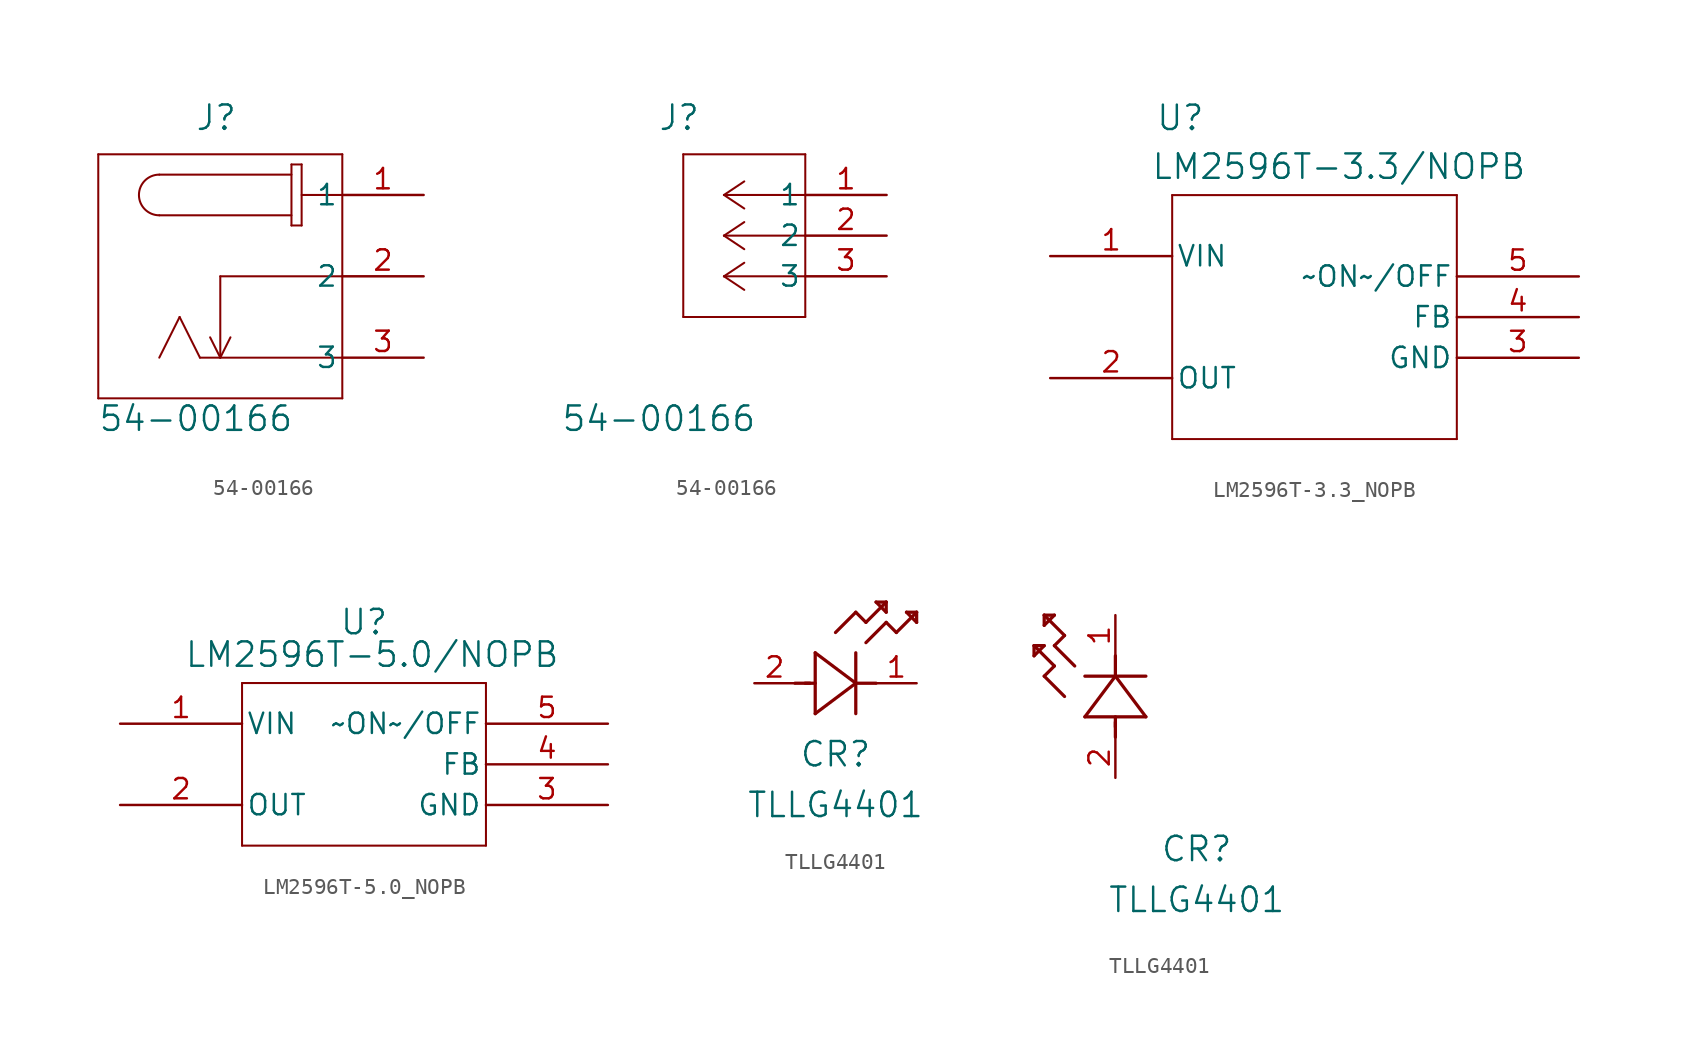
<source format=kicad_sym>
(kicad_symbol_lib
  (version 20241209)
  (generator "kicad_symbol_editor")
  (generator_version "9.0")
  (symbol "54-00166"
    (pin_names
      (offset 0.254))
    (property "Reference" "J"
      (at -12.954 4.826 0)
      (effects (font (size 1.524 1.524))))
    (property "Value" "54-00166"
      (at -14.224 -13.97 0)
      (effects (font (size 1.524 1.524))))
    (property "ki_locked" ""
      (at 0 0 0)
      (effects (font (size 1.27 1.27))))
    (symbol "54-00166_1_1"
      (polyline (pts (xy -20.32 2.54) (xy -20.32 -12.7)) (stroke (width 0.127) (type default)) (fill (type none)))
      (polyline (pts (xy -20.32 -12.7) (xy -5.08 -12.7)) (stroke (width 0.127) (type default)) (fill (type none)))
      (arc (start -16.51 -1.27) (mid -17.7744 0) (end -16.51 1.27) (stroke (width 0.127) (type default)) (fill (type none)))
      (polyline (pts (xy -15.24 -7.62) (xy -16.51 -10.16)) (stroke (width 0.127) (type default)) (fill (type none)))
      (polyline (pts (xy -13.97 -10.16) (xy -15.24 -7.62)) (stroke (width 0.127) (type default)) (fill (type none)))
      (polyline (pts (xy -12.7 -5.08) (xy -12.7 -10.16)) (stroke (width 0.127) (type default)) (fill (type none)))
      (polyline (pts (xy -12.7 -10.16) (xy -13.335 -8.89)) (stroke (width 0.127) (type default)) (fill (type none)))
      (polyline (pts (xy -12.7 -10.16) (xy -12.065 -8.89)) (stroke (width 0.127) (type default)) (fill (type none)))
      (polyline (pts (xy -8.255 1.905) (xy -8.255 -1.905)) (stroke (width 0.127) (type default)) (fill (type none)))
      (polyline (pts (xy -8.255 1.905) (xy -7.62 1.905)) (stroke (width 0.127) (type default)) (fill (type none)))
      (polyline (pts (xy -8.255 1.27) (xy -16.51 1.27)) (stroke (width 0.127) (type default)) (fill (type none)))
      (polyline (pts (xy -8.255 -1.27) (xy -16.51 -1.27)) (stroke (width 0.127) (type default)) (fill (type none)))
      (polyline (pts (xy -8.255 -1.905) (xy -7.62 -1.905)) (stroke (width 0.127) (type default)) (fill (type none)))
      (polyline (pts (xy -7.62 -1.905) (xy -7.62 1.905)) (stroke (width 0.127) (type default)) (fill (type none)))
      (polyline (pts (xy -5.08 2.54) (xy -20.32 2.54)) (stroke (width 0.127) (type default)) (fill (type none)))
      (polyline (pts (xy -5.08 0) (xy -7.62 0)) (stroke (width 0.127) (type default)) (fill (type none)))
      (polyline (pts (xy -5.08 -5.08) (xy -12.7 -5.08)) (stroke (width 0.127) (type default)) (fill (type none)))
      (polyline (pts (xy -5.08 -10.16) (xy -13.97 -10.16)) (stroke (width 0.127) (type default)) (fill (type none)))
      (polyline (pts (xy -5.08 -12.7) (xy -5.08 2.54)) (stroke (width 0.127) (type default)) (fill (type none)))
      (pin unspecified line (at 0 0 180) (length 5.08) (name "1" (effects (font (size 1.27 1.27)))) (number "1" (effects (font (size 1.27 1.27)))))
      (pin unspecified line (at 0 -5.08 180) (length 5.08) (name "2" (effects (font (size 1.27 1.27)))) (number "2" (effects (font (size 1.27 1.27)))))
      (pin unspecified line (at 0 -10.16 180) (length 5.08) (name "3" (effects (font (size 1.27 1.27)))) (number "3" (effects (font (size 1.27 1.27))))))
    (symbol "54-00166_1_2"
      (polyline (pts (xy -12.7 2.54) (xy -12.7 -7.62)) (stroke (width 0.127) (type default)) (fill (type none)))
      (polyline (pts (xy -12.7 -7.62) (xy -5.08 -7.62)) (stroke (width 0.127) (type default)) (fill (type none)))
      (polyline (pts (xy -10.16 0) (xy -8.89 0.847)) (stroke (width 0.127) (type default)) (fill (type none)))
      (polyline (pts (xy -10.16 0) (xy -8.89 -0.847)) (stroke (width 0.127) (type default)) (fill (type none)))
      (polyline (pts (xy -10.16 0) (xy -5.08 0)) (stroke (width 0.127) (type default)) (fill (type none)))
      (polyline (pts (xy -10.16 -2.54) (xy -8.89 -1.693)) (stroke (width 0.127) (type default)) (fill (type none)))
      (polyline (pts (xy -10.16 -2.54) (xy -8.89 -3.387)) (stroke (width 0.127) (type default)) (fill (type none)))
      (polyline (pts (xy -10.16 -2.54) (xy -5.08 -2.54)) (stroke (width 0.127) (type default)) (fill (type none)))
      (polyline (pts (xy -10.16 -5.08) (xy -8.89 -4.233)) (stroke (width 0.127) (type default)) (fill (type none)))
      (polyline (pts (xy -10.16 -5.08) (xy -8.89 -5.927)) (stroke (width 0.127) (type default)) (fill (type none)))
      (polyline (pts (xy -10.16 -5.08) (xy -5.08 -5.08)) (stroke (width 0.127) (type default)) (fill (type none)))
      (polyline (pts (xy -5.08 2.54) (xy -12.7 2.54)) (stroke (width 0.127) (type default)) (fill (type none)))
      (polyline (pts (xy -5.08 -7.62) (xy -5.08 2.54)) (stroke (width 0.127) (type default)) (fill (type none)))
      (pin unspecified line (at 0 0 180) (length 5.08) (name "1" (effects (font (size 1.27 1.27)))) (number "1" (effects (font (size 1.27 1.27)))))
      (pin unspecified line (at 0 -2.54 180) (length 5.08) (name "2" (effects (font (size 1.27 1.27)))) (number "2" (effects (font (size 1.27 1.27)))))
      (pin unspecified line (at 0 -5.08 180) (length 5.08) (name "3" (effects (font (size 1.27 1.27)))) (number "3" (effects (font (size 1.27 1.27)))))))
  (symbol "LM2596T-3.3_NOPB"
    (pin_names
      (offset 0.254))
    (property "Reference" "U"
      (at -8.382 12.446 0)
      (effects (font (size 1.524 1.524))))
    (property "Value" "LM2596T-3.3/NOPB"
      (at 1.524 9.398 0)
      (effects (font (size 1.524 1.524))))
    (property "ki_locked" ""
      (at 0 0 0)
      (effects (font (size 1.27 1.27))))
    (symbol "LM2596T-3.3_NOPB_0_1"
      (polyline (pts (xy -8.89 7.62) (xy -8.89 -7.62)) (stroke (width 0.127) (type default)) (fill (type none)))
      (polyline (pts (xy -8.89 -7.62) (xy 8.89 -7.62)) (stroke (width 0.127) (type default)) (fill (type none)))
      (polyline (pts (xy 8.89 7.62) (xy -8.89 7.62)) (stroke (width 0.127) (type default)) (fill (type none)))
      (polyline (pts (xy 8.89 -7.62) (xy 8.89 7.62)) (stroke (width 0.127) (type default)) (fill (type none)))
      (pin output line (at -16.51 3.81 0) (length 7.62) (name "VIN" (effects (font (size 1.27 1.27)))) (number "1" (effects (font (size 1.27 1.27)))))
      (pin input line (at -16.51 -3.81 0) (length 7.62) (name "OUT" (effects (font (size 1.27 1.27)))) (number "2" (effects (font (size 1.27 1.27)))))
      (pin passive line (at 16.51 2.54 180) (length 7.62) (name "~ON~/OFF" (effects (font (size 1.27 1.27)))) (number "5" (effects (font (size 1.27 1.27)))))
      (pin passive line (at 16.51 0 180) (length 7.62) (name "FB" (effects (font (size 1.27 1.27)))) (number "4" (effects (font (size 1.27 1.27)))))
      (pin passive line (at 16.51 -2.54 180) (length 7.62) (name "GND" (effects (font (size 1.27 1.27)))) (number "3" (effects (font (size 1.27 1.27)))))))
  (symbol "LM2596T-5.0_NOPB"
    (pin_names
      (offset 0.254))
    (property "Reference" "U"
      (at 43.18 6.35 0)
      (effects (font (size 1.524 1.524))))
    (property "Value" "LM2596T-5.0/NOPB"
      (at 43.688 4.318 0)
      (effects (font (size 1.524 1.524))))
    (property "ki_locked" ""
      (at 0 0 0)
      (effects (font (size 1.27 1.27))))
    (symbol "LM2596T-5.0_NOPB_0_1"
      (polyline (pts (xy 35.56 2.54) (xy 35.56 -7.62)) (stroke (width 0.127) (type default)) (fill (type none)))
      (polyline (pts (xy 35.56 -7.62) (xy 50.8 -7.62)) (stroke (width 0.127) (type default)) (fill (type none)))
      (polyline (pts (xy 50.8 2.54) (xy 35.56 2.54)) (stroke (width 0.127) (type default)) (fill (type none)))
      (polyline (pts (xy 50.8 -7.62) (xy 50.8 2.54)) (stroke (width 0.127) (type default)) (fill (type none)))
      (pin output line (at 27.94 0 0) (length 7.62) (name "VIN" (effects (font (size 1.27 1.27)))) (number "1" (effects (font (size 1.27 1.27)))))
      (pin input line (at 27.94 -5.08 0) (length 7.62) (name "OUT" (effects (font (size 1.27 1.27)))) (number "2" (effects (font (size 1.27 1.27)))))
      (pin passive line (at 58.42 0 180) (length 7.62) (name "~ON~/OFF" (effects (font (size 1.27 1.27)))) (number "5" (effects (font (size 1.27 1.27)))))
      (pin passive line (at 58.42 -2.54 180) (length 7.62) (name "FB" (effects (font (size 1.27 1.27)))) (number "4" (effects (font (size 1.27 1.27)))))
      (pin passive line (at 58.42 -5.08 180) (length 7.62) (name "GND" (effects (font (size 1.27 1.27)))) (number "3" (effects (font (size 1.27 1.27)))))))
  (symbol "TLLG4401"
    (pin_names
      (offset 0.254))
    (property "Reference" "CR"
      (at 5.08 -4.445 0)
      (effects (font (size 1.524 1.524))))
    (property "Value" "TLLG4401"
      (at 5.08 -7.62 0)
      (effects (font (size 1.524 1.524))))
    (property "ki_locked" ""
      (at 0 0 0)
      (effects (font (size 1.27 1.27))))
    (symbol "TLLG4401_1_1"
      (polyline (pts (xy 2.54 0) (xy 3.48 0)) (stroke (width 0.203) (type default)) (fill (type none)))
      (polyline (pts (xy 3.175 0) (xy 3.81 0)) (stroke (width 0.203) (type default)) (fill (type none)))
      (polyline (pts (xy 3.81 1.905) (xy 3.81 -1.905)) (stroke (width 0.203) (type default)) (fill (type none)))
      (polyline (pts (xy 3.81 -1.905) (xy 6.35 0)) (stroke (width 0.203) (type default)) (fill (type none)))
      (polyline (pts (xy 5.08 3.175) (xy 6.35 4.445)) (stroke (width 0.203) (type default)) (fill (type none)))
      (polyline (pts (xy 6.35 4.445) (xy 6.985 3.81)) (stroke (width 0.203) (type default)) (fill (type none)))
      (polyline (pts (xy 6.35 0) (xy 3.81 1.905)) (stroke (width 0.203) (type default)) (fill (type none)))
      (polyline (pts (xy 6.35 0) (xy 7.62 0)) (stroke (width 0.203) (type default)) (fill (type none)))
      (polyline (pts (xy 6.35 -1.905) (xy 6.35 1.905)) (stroke (width 0.203) (type default)) (fill (type none)))
      (polyline (pts (xy 6.985 3.81) (xy 8.255 5.08)) (stroke (width 0.203) (type default)) (fill (type none)))
      (polyline (pts (xy 6.985 2.54) (xy 8.255 3.81)) (stroke (width 0.203) (type default)) (fill (type none)))
      (polyline (pts (xy 7.62 5.08) (xy 8.255 4.445)) (stroke (width 0.203) (type default)) (fill (type none)))
      (polyline (pts (xy 8.255 5.08) (xy 7.62 5.08)) (stroke (width 0.203) (type default)) (fill (type none)))
      (polyline (pts (xy 8.255 4.445) (xy 8.255 5.08)) (stroke (width 0.203) (type default)) (fill (type none)))
      (polyline (pts (xy 8.255 3.81) (xy 8.89 3.175)) (stroke (width 0.203) (type default)) (fill (type none)))
      (polyline (pts (xy 8.89 3.175) (xy 10.16 4.445)) (stroke (width 0.203) (type default)) (fill (type none)))
      (polyline (pts (xy 9.525 4.445) (xy 10.16 3.81)) (stroke (width 0.203) (type default)) (fill (type none)))
      (polyline (pts (xy 10.16 4.445) (xy 9.525 4.445)) (stroke (width 0.203) (type default)) (fill (type none)))
      (polyline (pts (xy 10.16 3.81) (xy 10.16 4.445)) (stroke (width 0.203) (type default)) (fill (type none)))
      (pin unspecified line (at 0 0 0) (length 2.54) (name "" (effects (font (size 1.27 1.27)))) (number "2" (effects (font (size 1.27 1.27)))))
      (pin unspecified line (at 10.16 0 180) (length 2.54) (name "" (effects (font (size 1.27 1.27)))) (number "1" (effects (font (size 1.27 1.27))))))
    (symbol "TLLG4401_1_2"
      (polyline (pts (xy -5.08 8.255) (xy -5.08 7.62)) (stroke (width 0.203) (type default)) (fill (type none)))
      (polyline (pts (xy -5.08 7.62) (xy -4.445 8.255)) (stroke (width 0.203) (type default)) (fill (type none)))
      (polyline (pts (xy -4.445 10.16) (xy -4.445 9.525)) (stroke (width 0.203) (type default)) (fill (type none)))
      (polyline (pts (xy -4.445 9.525) (xy -3.81 10.16)) (stroke (width 0.203) (type default)) (fill (type none)))
      (polyline (pts (xy -4.445 8.255) (xy -5.08 8.255)) (stroke (width 0.203) (type default)) (fill (type none)))
      (polyline (pts (xy -4.445 6.35) (xy -3.81 6.985)) (stroke (width 0.203) (type default)) (fill (type none)))
      (polyline (pts (xy -3.81 10.16) (xy -4.445 10.16)) (stroke (width 0.203) (type default)) (fill (type none)))
      (polyline (pts (xy -3.81 8.255) (xy -3.175 8.89)) (stroke (width 0.203) (type default)) (fill (type none)))
      (polyline (pts (xy -3.81 6.985) (xy -5.08 8.255)) (stroke (width 0.203) (type default)) (fill (type none)))
      (polyline (pts (xy -3.175 8.89) (xy -4.445 10.16)) (stroke (width 0.203) (type default)) (fill (type none)))
      (polyline (pts (xy -3.175 5.08) (xy -4.445 6.35)) (stroke (width 0.203) (type default)) (fill (type none)))
      (polyline (pts (xy -2.54 6.985) (xy -3.81 8.255)) (stroke (width 0.203) (type default)) (fill (type none)))
      (polyline (pts (xy -1.905 3.81) (xy 1.905 3.81)) (stroke (width 0.203) (type default)) (fill (type none)))
      (polyline (pts (xy 0 6.35) (xy -1.905 3.81)) (stroke (width 0.203) (type default)) (fill (type none)))
      (polyline (pts (xy 0 6.35) (xy 0 7.62)) (stroke (width 0.203) (type default)) (fill (type none)))
      (polyline (pts (xy 0 3.175) (xy 0 3.81)) (stroke (width 0.203) (type default)) (fill (type none)))
      (polyline (pts (xy 0 2.54) (xy 0 3.48)) (stroke (width 0.203) (type default)) (fill (type none)))
      (polyline (pts (xy 1.905 6.35) (xy -1.905 6.35)) (stroke (width 0.203) (type default)) (fill (type none)))
      (polyline (pts (xy 1.905 3.81) (xy 0 6.35)) (stroke (width 0.203) (type default)) (fill (type none)))
      (pin unspecified line (at 0 10.16 270) (length 2.54) (name "" (effects (font (size 1.27 1.27)))) (number "1" (effects (font (size 1.27 1.27)))))
      (pin unspecified line (at 0 0 90) (length 2.54) (name "" (effects (font (size 1.27 1.27)))) (number "2" (effects (font (size 1.27 1.27))))))))
</source>
